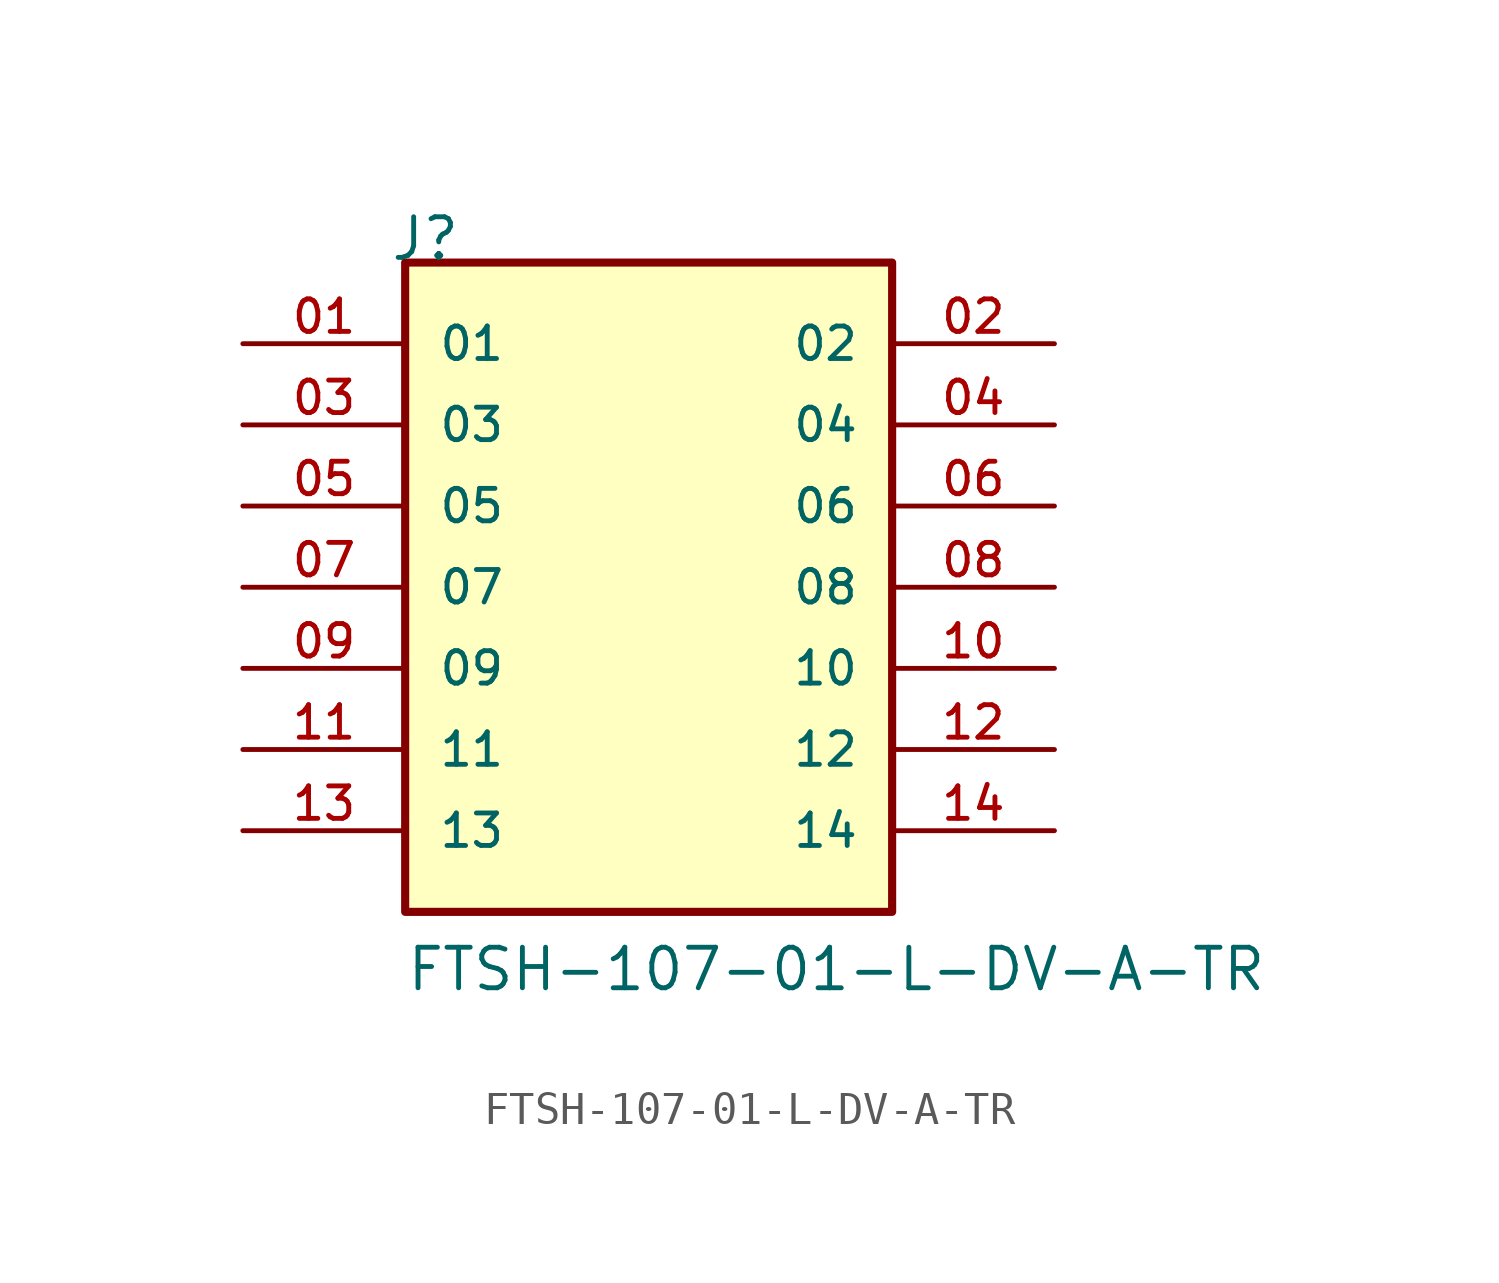
<source format=kicad_sym>
(kicad_symbol_lib
  (version 20211014)
  (generator kicad_symbol_editor)
  (symbol "FTSH-107-01-L-DV-A-TR"
    (pin_names
      (offset 1.016))
    (property "Reference" "J"
      (at -8.12 10.16 0)
      (effects (font (size 1.27 1.27)) (justify bottom left)))
    (property "Value" "FTSH-107-01-L-DV-A-TR"
      (at -7.62 -12.7 0)
      (effects (font (size 1.27 1.27)) (justify bottom left)))
    (symbol "FTSH-107-01-L-DV-A-TR_0_0"
      (rectangle (start -7.62 -10.16) (end 7.62 10.16) (stroke (width 0.254)) (fill (type background)))
      (pin passive line (at -12.7 7.62 0) (length 5.08) (name "01" (effects (font (size 1.016 1.016)))) (number "01" (effects (font (size 1.016 1.016)))))
      (pin passive line (at 12.7 7.62 180.0) (length 5.08) (name "02" (effects (font (size 1.016 1.016)))) (number "02" (effects (font (size 1.016 1.016)))))
      (pin passive line (at -12.7 5.08 0) (length 5.08) (name "03" (effects (font (size 1.016 1.016)))) (number "03" (effects (font (size 1.016 1.016)))))
      (pin passive line (at 12.7 5.08 180.0) (length 5.08) (name "04" (effects (font (size 1.016 1.016)))) (number "04" (effects (font (size 1.016 1.016)))))
      (pin passive line (at -12.7 2.54 0) (length 5.08) (name "05" (effects (font (size 1.016 1.016)))) (number "05" (effects (font (size 1.016 1.016)))))
      (pin passive line (at 12.7 2.54 180.0) (length 5.08) (name "06" (effects (font (size 1.016 1.016)))) (number "06" (effects (font (size 1.016 1.016)))))
      (pin passive line (at -12.7 0.0 0) (length 5.08) (name "07" (effects (font (size 1.016 1.016)))) (number "07" (effects (font (size 1.016 1.016)))))
      (pin passive line (at 12.7 0.0 180.0) (length 5.08) (name "08" (effects (font (size 1.016 1.016)))) (number "08" (effects (font (size 1.016 1.016)))))
      (pin passive line (at -12.7 -2.54 0) (length 5.08) (name "09" (effects (font (size 1.016 1.016)))) (number "09" (effects (font (size 1.016 1.016)))))
      (pin passive line (at 12.7 -2.54 180.0) (length 5.08) (name "10" (effects (font (size 1.016 1.016)))) (number "10" (effects (font (size 1.016 1.016)))))
      (pin passive line (at -12.7 -5.08 0) (length 5.08) (name "11" (effects (font (size 1.016 1.016)))) (number "11" (effects (font (size 1.016 1.016)))))
      (pin passive line (at 12.7 -5.08 180.0) (length 5.08) (name "12" (effects (font (size 1.016 1.016)))) (number "12" (effects (font (size 1.016 1.016)))))
      (pin passive line (at -12.7 -7.62 0) (length 5.08) (name "13" (effects (font (size 1.016 1.016)))) (number "13" (effects (font (size 1.016 1.016)))))
      (pin passive line (at 12.7 -7.62 180.0) (length 5.08) (name "14" (effects (font (size 1.016 1.016)))) (number "14" (effects (font (size 1.016 1.016))))))))
</source>
